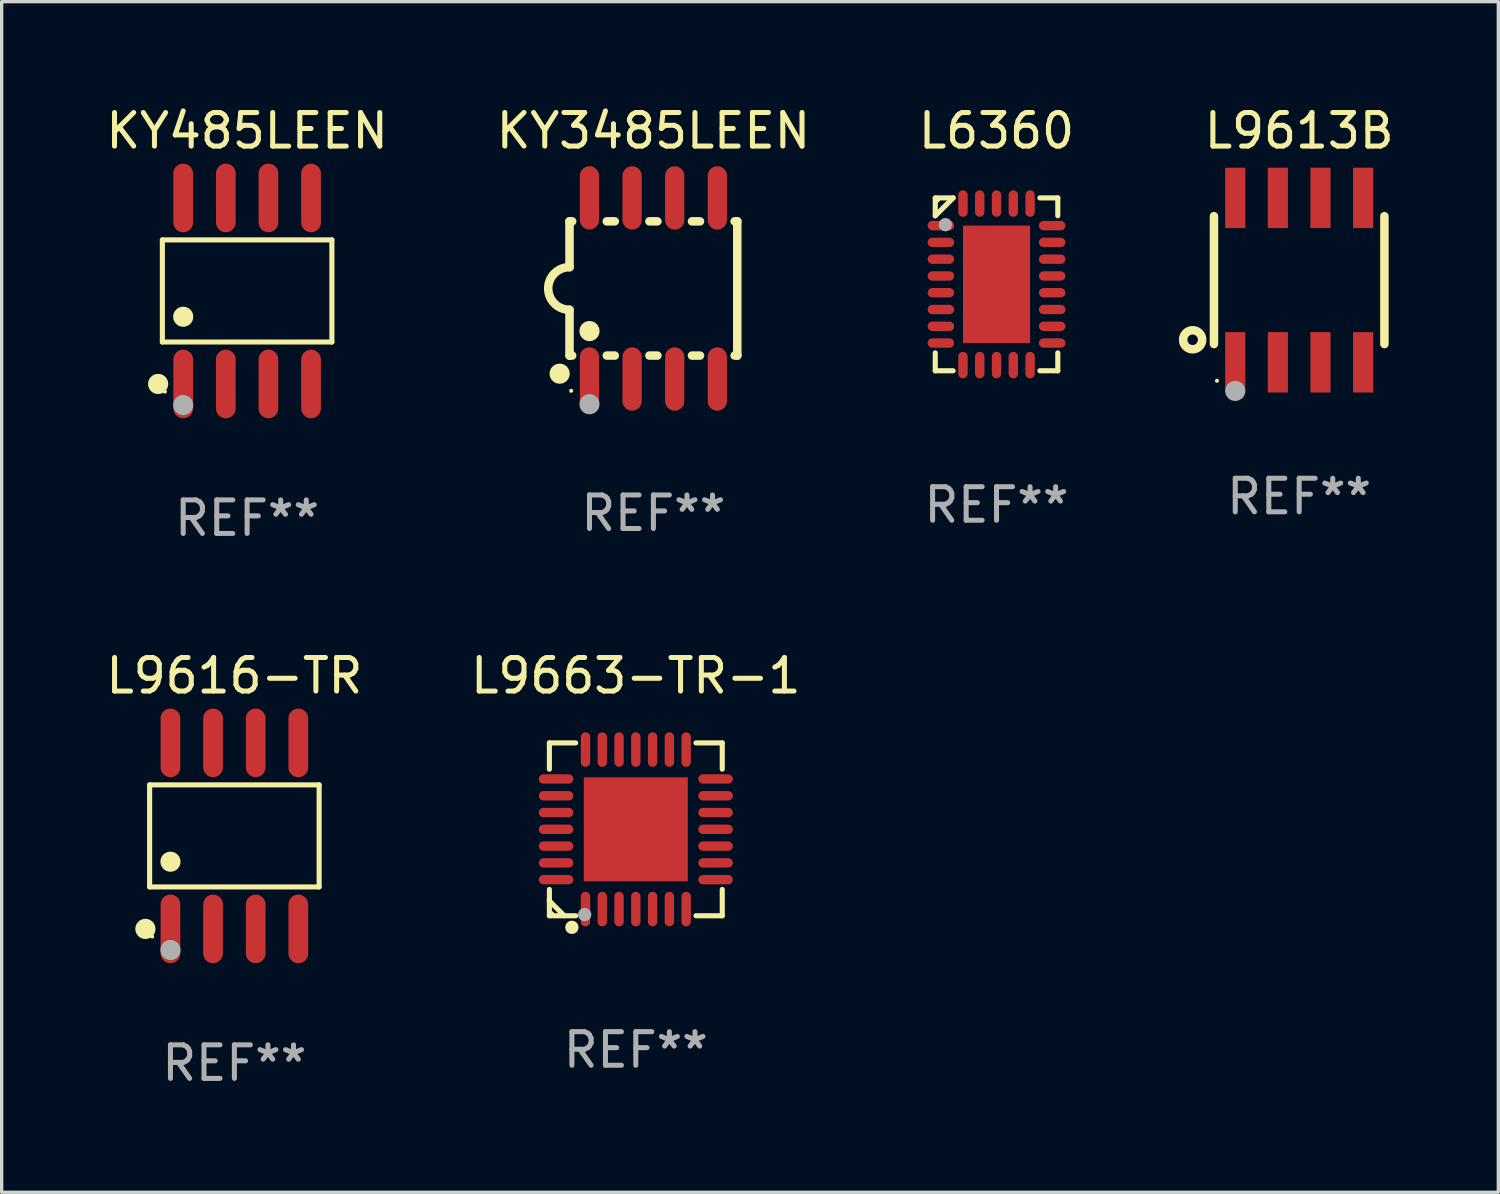
<source format=kicad_pcb>
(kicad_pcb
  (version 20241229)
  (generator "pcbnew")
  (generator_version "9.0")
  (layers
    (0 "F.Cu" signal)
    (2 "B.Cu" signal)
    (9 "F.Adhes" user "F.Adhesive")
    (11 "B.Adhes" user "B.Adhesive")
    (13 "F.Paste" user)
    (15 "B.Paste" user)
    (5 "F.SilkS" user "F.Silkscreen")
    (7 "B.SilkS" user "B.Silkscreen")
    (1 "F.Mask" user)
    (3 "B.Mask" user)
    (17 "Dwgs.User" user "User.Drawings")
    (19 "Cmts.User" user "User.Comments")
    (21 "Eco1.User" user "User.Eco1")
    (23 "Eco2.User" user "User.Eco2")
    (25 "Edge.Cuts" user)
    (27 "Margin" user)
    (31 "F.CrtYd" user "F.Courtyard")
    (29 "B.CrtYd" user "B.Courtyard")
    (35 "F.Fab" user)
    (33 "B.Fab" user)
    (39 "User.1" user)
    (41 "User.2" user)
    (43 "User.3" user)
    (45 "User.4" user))
  (footprint "L9663-TR-1"
    (layer "F.Cu")
    (at 15.899 21.666)
    (property "Reference" "L9663-TR-1" (at 0 -4.576 0) (layer "F.SilkS") (effects (font (size 1 1) (thickness 0.15))))
    (attr through_hole)
    (fp_line (start -2.576 -2.576) (end -2.576 -1.792) (stroke (width 0.152) (type solid)) (layer "F.SilkS"))
    (fp_line (start -2.576 2.077) (end -2.576 2.133) (stroke (width 0.152) (type solid)) (layer "F.SilkS"))
    (fp_line (start -2.576 2.133) (end -2.133 2.576) (stroke (width 0.152) (type solid)) (layer "F.SilkS"))
    (fp_line (start -2.576 2.576) (end -2.576 1.792) (stroke (width 0.152) (type solid)) (layer "F.SilkS"))
    (fp_line (start -1.792 -2.576) (end -2.576 -2.576) (stroke (width 0.152) (type solid)) (layer "F.SilkS"))
    (fp_line (start -1.792 2.576) (end -2.576 2.576) (stroke (width 0.152) (type solid)) (layer "F.SilkS"))
    (fp_line (start 1.792 -2.576) (end 2.576 -2.576) (stroke (width 0.152) (type solid)) (layer "F.SilkS"))
    (fp_line (start 1.792 2.576) (end 2.576 2.576) (stroke (width 0.152) (type solid)) (layer "F.SilkS"))
    (fp_line (start 2.576 -2.576) (end 2.576 -1.792) (stroke (width 0.152) (type solid)) (layer "F.SilkS"))
    (fp_line (start 2.576 2.576) (end 2.576 1.792) (stroke (width 0.152) (type solid)) (layer "F.SilkS"))
    (fp_circle (center -2.5 2.5) (end -2.47 2.5) (stroke (width 0.06) (type solid)) (fill no) (layer "F.SilkS"))
    (fp_circle (center -1.905 2.921) (end -1.805 2.921) (stroke (width 0.2) (type solid)) (fill no) (layer "F.SilkS"))
    (fp_circle (center -1.524 2.54) (end -1.424 2.54) (stroke (width 0.2) (type solid)) (fill no) (layer "F.Fab"))
    (fp_text user "REF**" (at 0 6.576 0) (layer "F.Fab") (effects (font (size 1 1) (thickness 0.15))))
    (pad "1" smd oval (at -1.5 2.377) (size 0.28 1.03) (layers "F.Cu" "F.Mask" "F.Paste"))
    (pad "2" smd oval (at -1 2.377) (size 0.28 1.03) (layers "F.Cu" "F.Mask" "F.Paste"))
    (pad "3" smd oval (at -0.5 2.377) (size 0.28 1.03) (layers "F.Cu" "F.Mask" "F.Paste"))
    (pad "4" smd oval (at 0 2.377) (size 0.28 1.03) (layers "F.Cu" "F.Mask" "F.Paste"))
    (pad "5" smd oval (at 0.5 2.377) (size 0.28 1.03) (layers "F.Cu" "F.Mask" "F.Paste"))
    (pad "6" smd oval (at 1 2.377) (size 0.28 1.03) (layers "F.Cu" "F.Mask" "F.Paste"))
    (pad "7" smd oval (at 1.5 2.377) (size 0.28 1.03) (layers "F.Cu" "F.Mask" "F.Paste"))
    (pad "8" smd oval (at 2.377 1.5) (size 1.03 0.28) (layers "F.Cu" "F.Mask" "F.Paste"))
    (pad "9" smd oval (at 2.377 1) (size 1.03 0.28) (layers "F.Cu" "F.Mask" "F.Paste"))
    (pad "10" smd oval (at 2.377 0.5) (size 1.03 0.28) (layers "F.Cu" "F.Mask" "F.Paste"))
    (pad "11" smd oval (at 2.377 0) (size 1.03 0.28) (layers "F.Cu" "F.Mask" "F.Paste"))
    (pad "12" smd oval (at 2.377 -0.5) (size 1.03 0.28) (layers "F.Cu" "F.Mask" "F.Paste"))
    (pad "13" smd oval (at 2.377 -1) (size 1.03 0.28) (layers "F.Cu" "F.Mask" "F.Paste"))
    (pad "14" smd oval (at 2.377 -1.5) (size 1.03 0.28) (layers "F.Cu" "F.Mask" "F.Paste"))
    (pad "15" smd oval (at 1.5 -2.377) (size 0.28 1.03) (layers "F.Cu" "F.Mask" "F.Paste"))
    (pad "16" smd oval (at 1 -2.377) (size 0.28 1.03) (layers "F.Cu" "F.Mask" "F.Paste"))
    (pad "17" smd oval (at 0.5 -2.377) (size 0.28 1.03) (layers "F.Cu" "F.Mask" "F.Paste"))
    (pad "18" smd oval (at 0 -2.377) (size 0.28 1.03) (layers "F.Cu" "F.Mask" "F.Paste"))
    (pad "19" smd oval (at -0.5 -2.377) (size 0.28 1.03) (layers "F.Cu" "F.Mask" "F.Paste"))
    (pad "20" smd oval (at -1 -2.377) (size 0.28 1.03) (layers "F.Cu" "F.Mask" "F.Paste"))
    (pad "21" smd oval (at -1.5 -2.377) (size 0.28 1.03) (layers "F.Cu" "F.Mask" "F.Paste"))
    (pad "22" smd oval (at -2.377 -1.5) (size 1.03 0.28) (layers "F.Cu" "F.Mask" "F.Paste"))
    (pad "23" smd oval (at -2.377 -1) (size 1.03 0.28) (layers "F.Cu" "F.Mask" "F.Paste"))
    (pad "24" smd oval (at -2.377 -0.5) (size 1.03 0.28) (layers "F.Cu" "F.Mask" "F.Paste"))
    (pad "25" smd oval (at -2.377 0) (size 1.03 0.28) (layers "F.Cu" "F.Mask" "F.Paste"))
    (pad "26" smd oval (at -2.377 0.5) (size 1.03 0.28) (layers "F.Cu" "F.Mask" "F.Paste"))
    (pad "27" smd oval (at -2.377 1) (size 1.03 0.28) (layers "F.Cu" "F.Mask" "F.Paste"))
    (pad "28" smd oval (at -2.377 1.5) (size 1.03 0.28) (layers "F.Cu" "F.Mask" "F.Paste"))
    (pad "29" smd rect (at 0 0) (size 3.1 3.1) (layers "F.Cu" "F.Mask" "F.Paste")))
  (footprint "L9613B"
    (layer "F.Cu")
    (at 35.669 5.298)
    (property "Reference" "L9613B" (at 0 -4.45 0) (layer "F.SilkS") (effects (font (size 1 1) (thickness 0.15))))
    (attr through_hole)
    (fp_line (start -2.54 -1.905) (end -2.54 1.905) (stroke (width 0.254) (type solid)) (layer "F.SilkS"))
    (fp_line (start 2.54 -1.905) (end 2.54 1.905) (stroke (width 0.254) (type solid)) (layer "F.SilkS"))
    (fp_circle (center -3.175 1.778) (end -2.891 1.778) (stroke (width 0.254) (type solid)) (fill no) (layer "F.SilkS"))
    (fp_circle (center -2.45 3) (end -2.42 3) (stroke (width 0.06) (type solid)) (fill no) (layer "F.SilkS"))
    (fp_circle (center -1.905 3.302) (end -1.755 3.302) (stroke (width 0.3) (type solid)) (fill no) (layer "F.Fab"))
    (fp_text user "REF**" (at 0 6.45 0) (layer "F.Fab") (effects (font (size 1 1) (thickness 0.15))))
    (pad "1" smd rect (at -1.905 2.45) (size 0.6 1.8) (layers "F.Cu" "F.Mask" "F.Paste"))
    (pad "2" smd rect (at -0.635 2.45) (size 0.6 1.8) (layers "F.Cu" "F.Mask" "F.Paste"))
    (pad "3" smd rect (at 0.635 2.45) (size 0.6 1.8) (layers "F.Cu" "F.Mask" "F.Paste"))
    (pad "4" smd rect (at 1.905 2.45) (size 0.6 1.8) (layers "F.Cu" "F.Mask" "F.Paste"))
    (pad "5" smd rect (at 1.905 -2.45 180) (size 0.6 1.8) (layers "F.Cu" "F.Mask" "F.Paste"))
    (pad "6" smd rect (at 0.635 -2.45 180) (size 0.6 1.8) (layers "F.Cu" "F.Mask" "F.Paste"))
    (pad "7" smd rect (at -0.635 -2.45 180) (size 0.6 1.8) (layers "F.Cu" "F.Mask" "F.Paste"))
    (pad "8" smd rect (at -1.905 -2.45 180) (size 0.6 1.8) (layers "F.Cu" "F.Mask" "F.Paste")))
  (footprint "L9616-TR"
    (layer "F.Cu")
    (at 3.935 21.862)
    (property "Reference" "L9616-TR" (at 0 -4.772 0) (layer "F.SilkS") (effects (font (size 1 1) (thickness 0.15))))
    (attr through_hole)
    (fp_line (start -2.526 -1.521) (end 2.526 -1.521) (stroke (width 0.152) (type solid)) (layer "F.SilkS"))
    (fp_line (start -2.526 1.521) (end -2.526 -1.521) (stroke (width 0.152) (type solid)) (layer "F.SilkS"))
    (fp_line (start 2.526 -1.521) (end 2.526 1.521) (stroke (width 0.152) (type solid)) (layer "F.SilkS"))
    (fp_line (start 2.526 1.521) (end -2.526 1.521) (stroke (width 0.152) (type solid)) (layer "F.SilkS"))
    (fp_circle (center -2.652 2.772) (end -2.501 2.772) (stroke (width 0.3) (type solid)) (fill no) (layer "F.SilkS"))
    (fp_circle (center -2.45 3) (end -2.42 3) (stroke (width 0.06) (type solid)) (fill no) (layer "F.SilkS"))
    (fp_circle (center -1.905 0.769) (end -1.755 0.769) (stroke (width 0.3) (type solid)) (fill no) (layer "F.SilkS"))
    (fp_circle (center -1.905 3.4) (end -1.755 3.4) (stroke (width 0.3) (type solid)) (fill no) (layer "F.Fab"))
    (fp_text user "REF**" (at 0 6.772 0) (layer "F.Fab") (effects (font (size 1 1) (thickness 0.15))))
    (pad "1" smd oval (at -1.905 2.772) (size 0.588 2.045) (layers "F.Cu" "F.Mask" "F.Paste"))
    (pad "2" smd oval (at -0.635 2.772) (size 0.588 2.045) (layers "F.Cu" "F.Mask" "F.Paste"))
    (pad "3" smd oval (at 0.635 2.772) (size 0.588 2.045) (layers "F.Cu" "F.Mask" "F.Paste"))
    (pad "4" smd oval (at 1.905 2.772) (size 0.588 2.045) (layers "F.Cu" "F.Mask" "F.Paste"))
    (pad "5" smd oval (at 1.905 -2.772) (size 0.588 2.045) (layers "F.Cu" "F.Mask" "F.Paste"))
    (pad "6" smd oval (at 0.635 -2.772) (size 0.588 2.045) (layers "F.Cu" "F.Mask" "F.Paste"))
    (pad "7" smd oval (at -0.635 -2.772) (size 0.588 2.045) (layers "F.Cu" "F.Mask" "F.Paste"))
    (pad "8" smd oval (at -1.905 -2.772) (size 0.588 2.045) (layers "F.Cu" "F.Mask" "F.Paste")))
  (footprint "KY3485LEEN"
    (layer "F.Cu")
    (at 16.423 5.547)
    (property "Reference" "KY3485LEEN" (at 0 -4.699 0) (layer "F.SilkS") (effects (font (size 1 1) (thickness 0.15))))
    (attr through_hole)
    (fp_line (start -2.5 -2) (end -2.5 -0.635) (stroke (width 0.254) (type solid)) (layer "F.SilkS"))
    (fp_line (start -2.5 -2) (end -2.421 -2) (stroke (width 0.254) (type solid)) (layer "F.SilkS"))
    (fp_line (start -2.5 2) (end -2.5 0.635) (stroke (width 0.254) (type solid)) (layer "F.SilkS"))
    (fp_line (start -2.5 2) (end -2.421 2) (stroke (width 0.254) (type solid)) (layer "F.SilkS"))
    (fp_line (start -1.389 -2) (end -1.151 -2) (stroke (width 0.254) (type solid)) (layer "F.SilkS"))
    (fp_line (start -1.389 2) (end -1.151 2) (stroke (width 0.254) (type solid)) (layer "F.SilkS"))
    (fp_line (start -0.119 -2) (end 0.119 -2) (stroke (width 0.254) (type solid)) (layer "F.SilkS"))
    (fp_line (start -0.119 2) (end 0.119 2) (stroke (width 0.254) (type solid)) (layer "F.SilkS"))
    (fp_line (start 1.151 -2) (end 1.389 -2) (stroke (width 0.254) (type solid)) (layer "F.SilkS"))
    (fp_line (start 1.151 2) (end 1.389 2) (stroke (width 0.254) (type solid)) (layer "F.SilkS"))
    (fp_line (start 2.421 -2) (end 2.5 -2) (stroke (width 0.254) (type solid)) (layer "F.SilkS"))
    (fp_line (start 2.421 2) (end 2.5 2) (stroke (width 0.254) (type solid)) (layer "F.SilkS"))
    (fp_line (start 2.5 -2) (end 2.5 2) (stroke (width 0.254) (type solid)) (layer "F.SilkS"))
    (fp_arc (start -2.5 0.635001) (mid -3.134366 -0.000318) (end -2.499365 -0.635001) (stroke (width 0.254001) (type solid)) (layer "F.SilkS"))
    (fp_circle (center -2.794 2.54) (end -2.644 2.54) (stroke (width 0.3) (type solid)) (fill no) (layer "F.SilkS"))
    (fp_circle (center -2.45 3.05) (end -2.42 3.05) (stroke (width 0.06) (type solid)) (fill no) (layer "F.SilkS"))
    (fp_circle (center -1.905 1.27) (end -1.755 1.27) (stroke (width 0.3) (type solid)) (fill no) (layer "F.SilkS"))
    (fp_circle (center -1.905 3.45) (end -1.755 3.45) (stroke (width 0.3) (type solid)) (fill no) (layer "F.Fab"))
    (fp_text user "REF**" (at 0 6.699 0) (layer "F.Fab") (effects (font (size 1 1) (thickness 0.15))))
    (pad "1" smd oval (at -1.905 2.699) (size 0.574 1.888) (layers "F.Cu" "F.Mask" "F.Paste"))
    (pad "2" smd oval (at -0.635 2.699) (size 0.574 1.888) (layers "F.Cu" "F.Mask" "F.Paste"))
    (pad "3" smd oval (at 0.635 2.699) (size 0.574 1.888) (layers "F.Cu" "F.Mask" "F.Paste"))
    (pad "4" smd oval (at 1.905 2.699) (size 0.574 1.888) (layers "F.Cu" "F.Mask" "F.Paste"))
    (pad "5" smd oval (at 1.905 -2.699) (size 0.574 1.888) (layers "F.Cu" "F.Mask" "F.Paste"))
    (pad "6" smd oval (at 0.635 -2.699) (size 0.574 1.888) (layers "F.Cu" "F.Mask" "F.Paste"))
    (pad "7" smd oval (at -0.635 -2.699) (size 0.574 1.888) (layers "F.Cu" "F.Mask" "F.Paste"))
    (pad "8" smd oval (at -1.905 -2.699) (size 0.574 1.888) (layers "F.Cu" "F.Mask" "F.Paste")))
  (footprint "L6360"
    (layer "F.Cu")
    (at 26.649 5.424)
    (property "Reference" "L6360" (at 0 -4.576 0) (layer "F.SilkS") (effects (font (size 1 1) (thickness 0.15))))
    (attr through_hole)
    (fp_line (start -1.826 -2.576) (end -1.292 -2.576) (stroke (width 0.152) (type solid)) (layer "F.SilkS"))
    (fp_line (start -1.826 -2.042) (end -1.826 -2.576) (stroke (width 0.152) (type solid)) (layer "F.SilkS"))
    (fp_line (start -1.826 2.042) (end -1.826 2.576) (stroke (width 0.152) (type solid)) (layer "F.SilkS"))
    (fp_line (start -1.826 2.576) (end -1.292 2.576) (stroke (width 0.152) (type solid)) (layer "F.SilkS"))
    (fp_line (start -1.292 -2.576) (end -1.826 -2.042) (stroke (width 0.152) (type solid)) (layer "F.SilkS"))
    (fp_line (start 1.826 -2.576) (end 1.292 -2.576) (stroke (width 0.152) (type solid)) (layer "F.SilkS"))
    (fp_line (start 1.826 -2.042) (end 1.826 -2.576) (stroke (width 0.152) (type solid)) (layer "F.SilkS"))
    (fp_line (start 1.826 2.042) (end 1.826 2.576) (stroke (width 0.152) (type solid)) (layer "F.SilkS"))
    (fp_line (start 1.826 2.576) (end 1.292 2.576) (stroke (width 0.152) (type solid)) (layer "F.SilkS"))
    (fp_circle (center -1.75 -2.5) (end -1.72 -2.5) (stroke (width 0.06) (type solid)) (fill no) (layer "F.SilkS"))
    (fp_circle (center -1.524 -1.778) (end -1.424 -1.778) (stroke (width 0.2) (type solid)) (fill no) (layer "F.Fab"))
    (fp_text user "REF**" (at 0 6.576 0) (layer "F.Fab") (effects (font (size 1 1) (thickness 0.15))))
    (pad "1" smd oval (at -1.658 -1.75) (size 0.79 0.28) (layers "F.Cu" "F.Mask" "F.Paste"))
    (pad "2" smd oval (at -1.658 -1.25) (size 0.79 0.28) (layers "F.Cu" "F.Mask" "F.Paste"))
    (pad "3" smd oval (at -1.658 -0.75) (size 0.79 0.28) (layers "F.Cu" "F.Mask" "F.Paste"))
    (pad "4" smd oval (at -1.658 -0.25) (size 0.79 0.28) (layers "F.Cu" "F.Mask" "F.Paste"))
    (pad "5" smd oval (at -1.658 0.25) (size 0.79 0.28) (layers "F.Cu" "F.Mask" "F.Paste"))
    (pad "6" smd oval (at -1.658 0.75) (size 0.79 0.28) (layers "F.Cu" "F.Mask" "F.Paste"))
    (pad "7" smd oval (at -1.658 1.25) (size 0.79 0.28) (layers "F.Cu" "F.Mask" "F.Paste"))
    (pad "8" smd oval (at -1.658 1.75) (size 0.79 0.28) (layers "F.Cu" "F.Mask" "F.Paste"))
    (pad "9" smd oval (at -1 2.407) (size 0.28 0.79) (layers "F.Cu" "F.Mask" "F.Paste"))
    (pad "10" smd oval (at -0.5 2.407) (size 0.28 0.79) (layers "F.Cu" "F.Mask" "F.Paste"))
    (pad "11" smd oval (at -0.000013 2.407) (size 0.28 0.79) (layers "F.Cu" "F.Mask" "F.Paste"))
    (pad "12" smd oval (at 0.5 2.407) (size 0.28 0.79) (layers "F.Cu" "F.Mask" "F.Paste"))
    (pad "13" smd oval (at 1 2.407) (size 0.28 0.79) (layers "F.Cu" "F.Mask" "F.Paste"))
    (pad "14" smd oval (at 1.658 1.75) (size 0.79 0.28) (layers "F.Cu" "F.Mask" "F.Paste"))
    (pad "15" smd oval (at 1.658 1.25) (size 0.79 0.28) (layers "F.Cu" "F.Mask" "F.Paste"))
    (pad "16" smd oval (at 1.658 0.75) (size 0.79 0.28) (layers "F.Cu" "F.Mask" "F.Paste"))
    (pad "17" smd oval (at 1.658 0.25) (size 0.79 0.28) (layers "F.Cu" "F.Mask" "F.Paste"))
    (pad "18" smd oval (at 1.658 -0.25) (size 0.79 0.28) (layers "F.Cu" "F.Mask" "F.Paste"))
    (pad "19" smd oval (at 1.658 -0.75) (size 0.79 0.28) (layers "F.Cu" "F.Mask" "F.Paste"))
    (pad "20" smd oval (at 1.658 -1.25) (size 0.79 0.28) (layers "F.Cu" "F.Mask" "F.Paste"))
    (pad "21" smd oval (at 1.658 -1.75) (size 0.79 0.28) (layers "F.Cu" "F.Mask" "F.Paste"))
    (pad "22" smd oval (at 1 -2.407) (size 0.28 0.79) (layers "F.Cu" "F.Mask" "F.Paste"))
    (pad "23" smd oval (at 0.5 -2.407) (size 0.28 0.79) (layers "F.Cu" "F.Mask" "F.Paste"))
    (pad "24" smd oval (at -0.000013 -2.407) (size 0.28 0.79) (layers "F.Cu" "F.Mask" "F.Paste"))
    (pad "25" smd oval (at -0.5 -2.407) (size 0.28 0.79) (layers "F.Cu" "F.Mask" "F.Paste"))
    (pad "26" smd oval (at -1 -2.407) (size 0.28 0.79) (layers "F.Cu" "F.Mask" "F.Paste"))
    (pad "27" smd rect (at -0.000013 0) (size 2 3.5) (layers "F.Cu" "F.Mask" "F.Paste")))
  (footprint "KY485LEEN"
    (layer "F.Cu")
    (at 4.315 5.621)
    (property "Reference" "KY485LEEN" (at 0 -4.772 0) (layer "F.SilkS") (effects (font (size 1 1) (thickness 0.15))))
    (attr through_hole)
    (fp_line (start -2.526 -1.521) (end 2.526 -1.521) (stroke (width 0.152) (type solid)) (layer "F.SilkS"))
    (fp_line (start -2.526 1.521) (end -2.526 -1.521) (stroke (width 0.152) (type solid)) (layer "F.SilkS"))
    (fp_line (start 2.526 -1.521) (end 2.526 1.521) (stroke (width 0.152) (type solid)) (layer "F.SilkS"))
    (fp_line (start 2.526 1.521) (end -2.526 1.521) (stroke (width 0.152) (type solid)) (layer "F.SilkS"))
    (fp_circle (center -2.652 2.772) (end -2.501 2.772) (stroke (width 0.3) (type solid)) (fill no) (layer "F.SilkS"))
    (fp_circle (center -2.45 3) (end -2.42 3) (stroke (width 0.06) (type solid)) (fill no) (layer "F.SilkS"))
    (fp_circle (center -1.905 0.769) (end -1.755 0.769) (stroke (width 0.3) (type solid)) (fill no) (layer "F.SilkS"))
    (fp_circle (center -1.905 3.4) (end -1.755 3.4) (stroke (width 0.3) (type solid)) (fill no) (layer "F.Fab"))
    (fp_text user "REF**" (at 0 6.772 0) (layer "F.Fab") (effects (font (size 1 1) (thickness 0.15))))
    (pad "1" smd oval (at -1.905 2.772) (size 0.588 2.045) (layers "F.Cu" "F.Mask" "F.Paste"))
    (pad "2" smd oval (at -0.635 2.772) (size 0.588 2.045) (layers "F.Cu" "F.Mask" "F.Paste"))
    (pad "3" smd oval (at 0.635 2.772) (size 0.588 2.045) (layers "F.Cu" "F.Mask" "F.Paste"))
    (pad "4" smd oval (at 1.905 2.772) (size 0.588 2.045) (layers "F.Cu" "F.Mask" "F.Paste"))
    (pad "5" smd oval (at 1.905 -2.772) (size 0.588 2.045) (layers "F.Cu" "F.Mask" "F.Paste"))
    (pad "6" smd oval (at 0.635 -2.772) (size 0.588 2.045) (layers "F.Cu" "F.Mask" "F.Paste"))
    (pad "7" smd oval (at -0.635 -2.772) (size 0.588 2.045) (layers "F.Cu" "F.Mask" "F.Paste"))
    (pad "8" smd oval (at -1.905 -2.772) (size 0.588 2.045) (layers "F.Cu" "F.Mask" "F.Paste")))
  (gr_rect
    (start -3 -3)
    (end 41.604 32.483)
    (stroke (width 0.1) (type default))
    (fill no)
    (layer "Edge.Cuts")))
</source>
